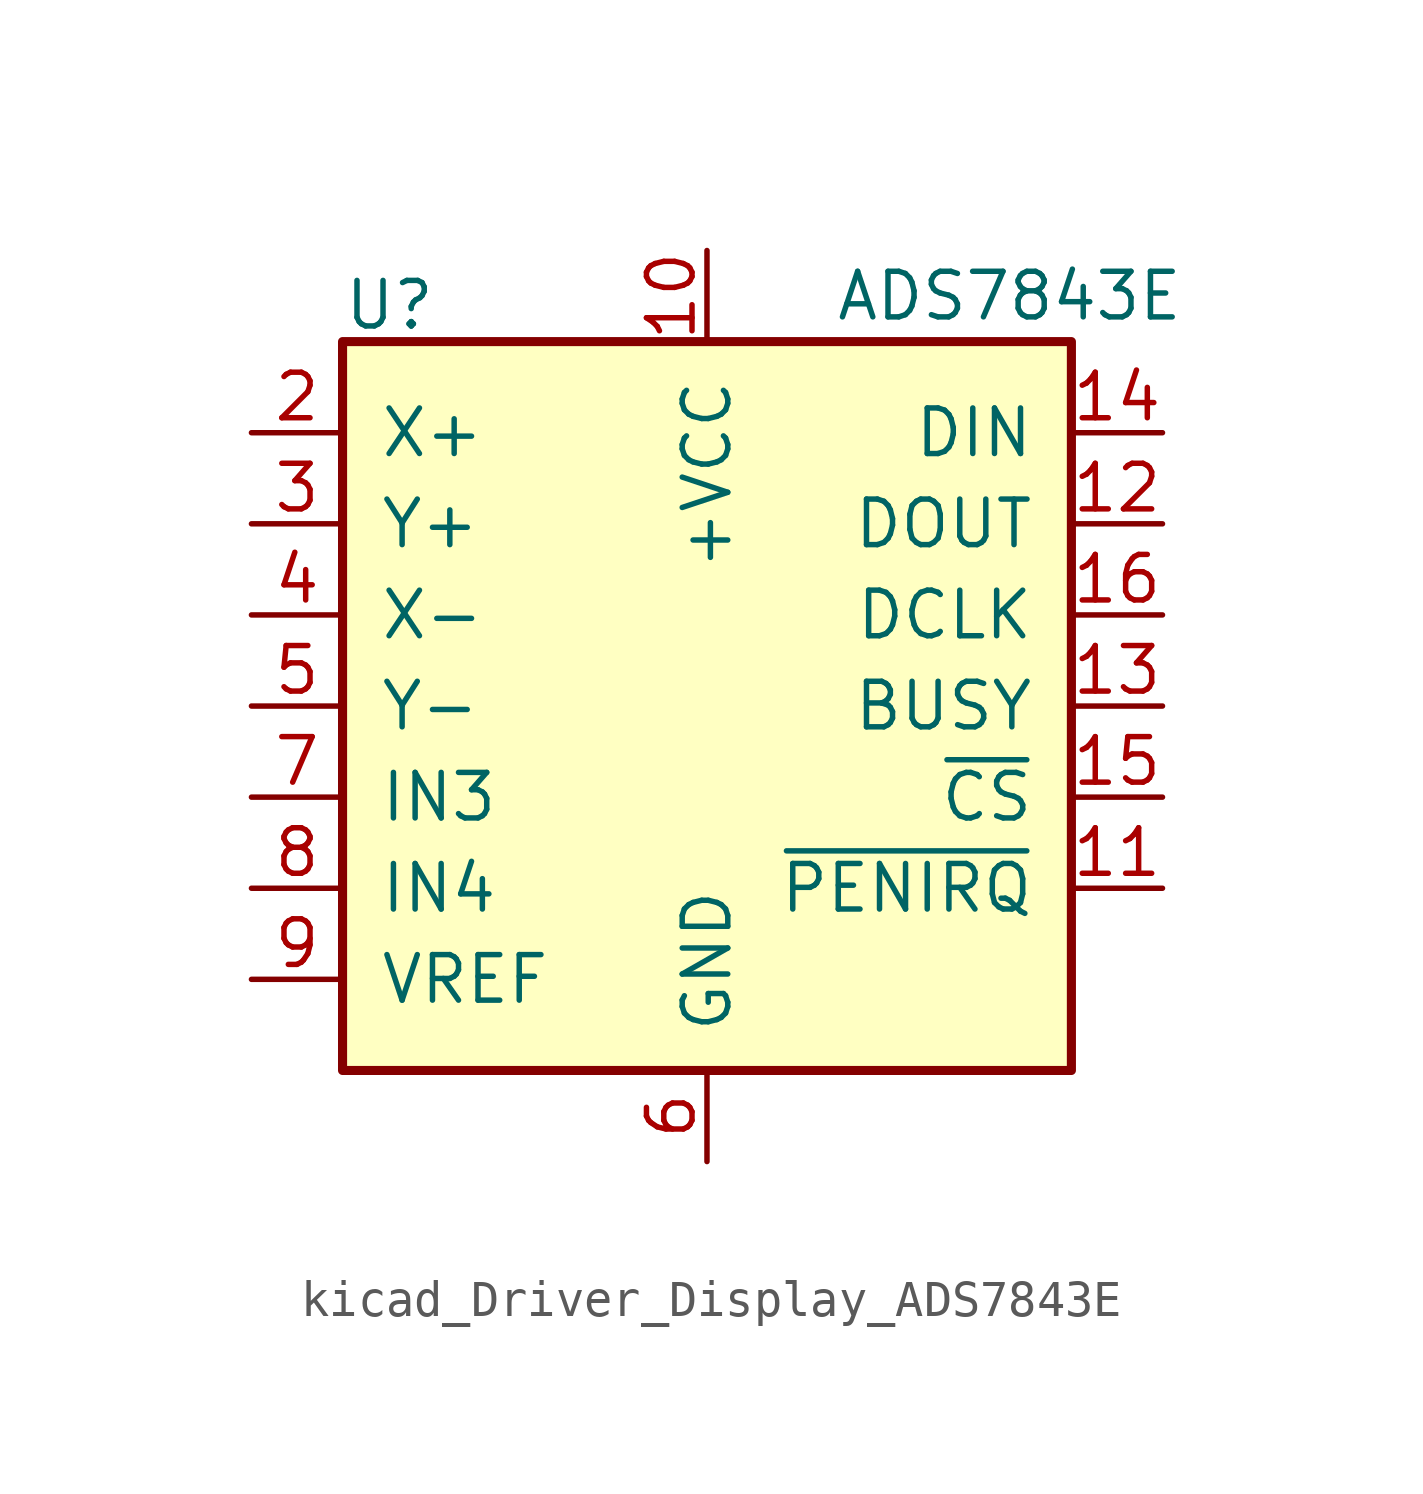
<source format=kicad_sym>
(kicad_symbol_lib
  (version 20220914)
  (generator kicad_symbol_editor)
  (symbol "kicad_Driver_Display_ADS7843E"
    (pin_names
      (offset 1.016))
    (property "Reference" "U"
      (at -10.16 11.176 0)
      (effects (font (size 1.27 1.27)) (justify left)))
    (property "Value" "ADS7843E"
      (at 3.556 11.43 0)
      (effects (font (size 1.27 1.27)) (justify left)))
    (symbol "kicad_Driver_Display_ADS7843E_0_1"
      (rectangle (start -10.16 10.16) (end 10.16 -10.16) (stroke (width 0.254) (type default)) (fill (type background))))
    (symbol "kicad_Driver_Display_ADS7843E_1_1"
      (pin passive line (at 0 12.7 270) (length 2.54) hide (name "+VCC" (effects (font (size 1.27 1.27)))) (number "1" (effects (font (size 1.27 1.27)))))
      (pin power_in line (at 0 12.7 270) (length 2.54) (name "+VCC" (effects (font (size 1.27 1.27)))) (number "10" (effects (font (size 1.27 1.27)))))
      (pin open_collector line (at 12.7 -5.08 180) (length 2.54) (name "~{PENIRQ}" (effects (font (size 1.27 1.27)))) (number "11" (effects (font (size 1.27 1.27)))))
      (pin output line (at 12.7 5.08 180) (length 2.54) (name "DOUT" (effects (font (size 1.27 1.27)))) (number "12" (effects (font (size 1.27 1.27)))))
      (pin output line (at 12.7 0 180) (length 2.54) (name "BUSY" (effects (font (size 1.27 1.27)))) (number "13" (effects (font (size 1.27 1.27)))))
      (pin input line (at 12.7 7.62 180) (length 2.54) (name "DIN" (effects (font (size 1.27 1.27)))) (number "14" (effects (font (size 1.27 1.27)))))
      (pin input line (at 12.7 -2.54 180) (length 2.54) (name "~{CS}" (effects (font (size 1.27 1.27)))) (number "15" (effects (font (size 1.27 1.27)))))
      (pin input line (at 12.7 2.54 180) (length 2.54) (name "DCLK" (effects (font (size 1.27 1.27)))) (number "16" (effects (font (size 1.27 1.27)))))
      (pin input line (at -12.7 7.62 0) (length 2.54) (name "X+" (effects (font (size 1.27 1.27)))) (number "2" (effects (font (size 1.27 1.27)))))
      (pin input line (at -12.7 5.08 0) (length 2.54) (name "Y+" (effects (font (size 1.27 1.27)))) (number "3" (effects (font (size 1.27 1.27)))))
      (pin input line (at -12.7 2.54 0) (length 2.54) (name "X-" (effects (font (size 1.27 1.27)))) (number "4" (effects (font (size 1.27 1.27)))))
      (pin input line (at -12.7 0 0) (length 2.54) (name "Y-" (effects (font (size 1.27 1.27)))) (number "5" (effects (font (size 1.27 1.27)))))
      (pin power_in line (at 0 -12.7 90) (length 2.54) (name "GND" (effects (font (size 1.27 1.27)))) (number "6" (effects (font (size 1.27 1.27)))))
      (pin input line (at -12.7 -2.54 0) (length 2.54) (name "IN3" (effects (font (size 1.27 1.27)))) (number "7" (effects (font (size 1.27 1.27)))))
      (pin input line (at -12.7 -5.08 0) (length 2.54) (name "IN4" (effects (font (size 1.27 1.27)))) (number "8" (effects (font (size 1.27 1.27)))))
      (pin input line (at -12.7 -7.62 0) (length 2.54) (name "VREF" (effects (font (size 1.27 1.27)))) (number "9" (effects (font (size 1.27 1.27))))))))
</source>
